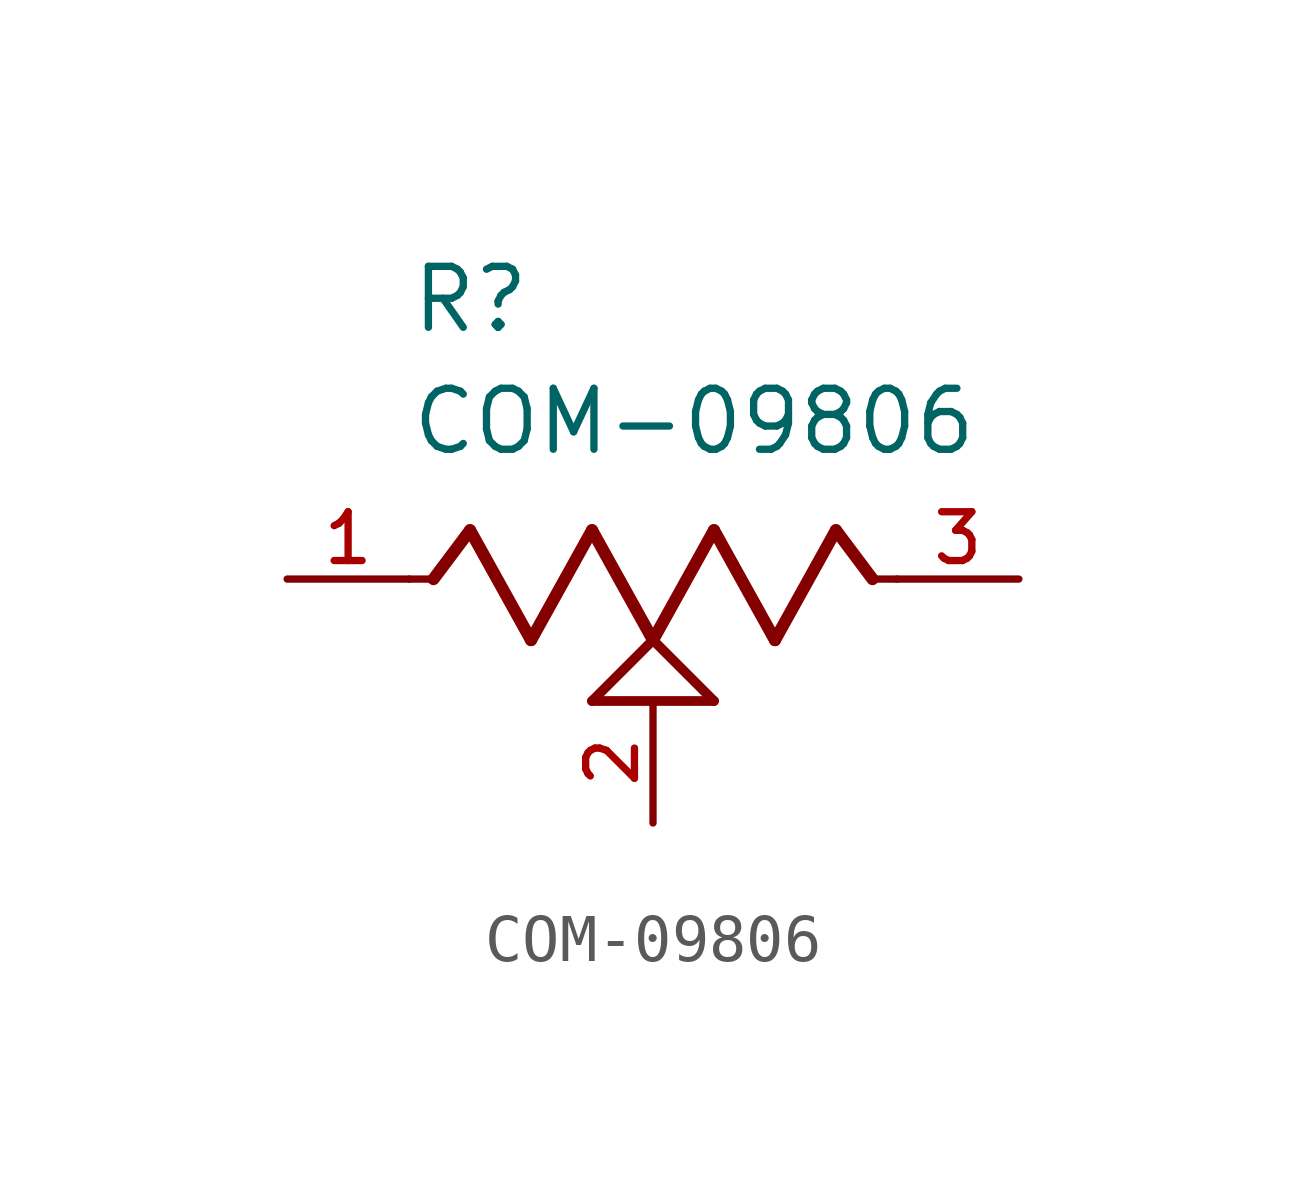
<source format=kicad_sym>
(kicad_symbol_lib
  (version 20231120)
  (generator "kicad_symbol_editor")
  (generator_version "8.0")
  (symbol "COM-09806"
    (pin_names
      (offset 1.016))
    (property "Reference" "R"
      (at -5.08 5.08 0)
      (effects (font (size 1.27 1.27)) (justify left bottom)))
    (property "Value" "COM-09806"
      (at -5.08 2.54 0)
      (effects (font (size 1.27 1.27)) (justify left bottom)))
    (symbol "COM-09806_0_0"
      (polyline (pts (xy -5.08 0) (xy -4.572 0)) (stroke (width 0.152) (type default)) (fill (type none)))
      (polyline (pts (xy -4.572 0) (xy -3.81 1.016)) (stroke (width 0.254) (type default)) (fill (type none)))
      (polyline (pts (xy -3.81 1.016) (xy -2.54 -1.27)) (stroke (width 0.254) (type default)) (fill (type none)))
      (polyline (pts (xy -2.54 -1.27) (xy -1.27 1.016)) (stroke (width 0.254) (type default)) (fill (type none)))
      (polyline (pts (xy -1.27 -2.54) (xy 0 -1.27)) (stroke (width 0.203) (type default)) (fill (type none)))
      (polyline (pts (xy -1.27 1.016) (xy 0 -1.27)) (stroke (width 0.254) (type default)) (fill (type none)))
      (polyline (pts (xy 0 -1.27) (xy 1.27 -2.54)) (stroke (width 0.203) (type default)) (fill (type none)))
      (polyline (pts (xy 0 -1.27) (xy 1.27 1.016)) (stroke (width 0.254) (type default)) (fill (type none)))
      (polyline (pts (xy 1.27 -2.54) (xy -1.27 -2.54)) (stroke (width 0.203) (type default)) (fill (type none)))
      (polyline (pts (xy 1.27 1.016) (xy 2.54 -1.27)) (stroke (width 0.254) (type default)) (fill (type none)))
      (polyline (pts (xy 2.54 -1.27) (xy 3.81 1.016)) (stroke (width 0.254) (type default)) (fill (type none)))
      (polyline (pts (xy 3.81 1.016) (xy 4.572 0)) (stroke (width 0.254) (type default)) (fill (type none)))
      (polyline (pts (xy 4.572 0) (xy 5.08 0)) (stroke (width 0.152) (type default)) (fill (type none)))
      (pin passive line (at -7.62 0 0) (length 2.54) (name "~" (effects (font (size 1.016 1.016)))) (number "1" (effects (font (size 1.016 1.016)))))
      (pin passive line (at 0 -5.08 90) (length 2.54) (name "~" (effects (font (size 1.016 1.016)))) (number "2" (effects (font (size 1.016 1.016)))))
      (pin passive line (at 7.62 0 180) (length 2.54) (name "~" (effects (font (size 1.016 1.016)))) (number "3" (effects (font (size 1.016 1.016))))))))
</source>
